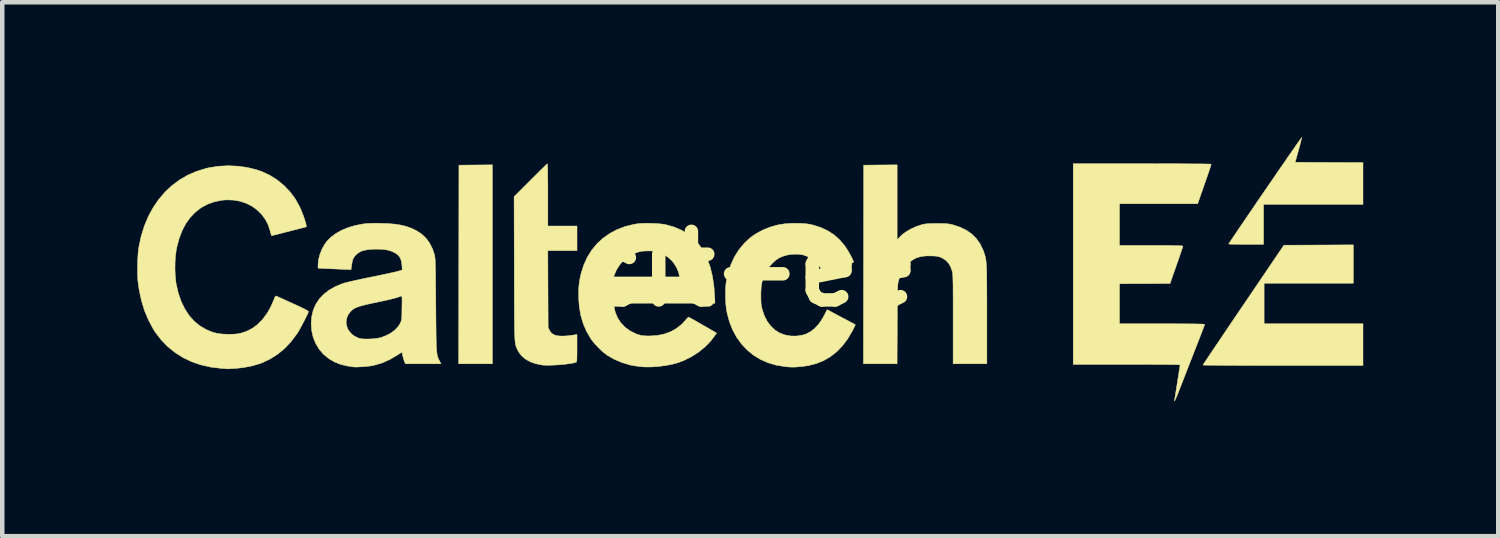
<source format=kicad_pcb>
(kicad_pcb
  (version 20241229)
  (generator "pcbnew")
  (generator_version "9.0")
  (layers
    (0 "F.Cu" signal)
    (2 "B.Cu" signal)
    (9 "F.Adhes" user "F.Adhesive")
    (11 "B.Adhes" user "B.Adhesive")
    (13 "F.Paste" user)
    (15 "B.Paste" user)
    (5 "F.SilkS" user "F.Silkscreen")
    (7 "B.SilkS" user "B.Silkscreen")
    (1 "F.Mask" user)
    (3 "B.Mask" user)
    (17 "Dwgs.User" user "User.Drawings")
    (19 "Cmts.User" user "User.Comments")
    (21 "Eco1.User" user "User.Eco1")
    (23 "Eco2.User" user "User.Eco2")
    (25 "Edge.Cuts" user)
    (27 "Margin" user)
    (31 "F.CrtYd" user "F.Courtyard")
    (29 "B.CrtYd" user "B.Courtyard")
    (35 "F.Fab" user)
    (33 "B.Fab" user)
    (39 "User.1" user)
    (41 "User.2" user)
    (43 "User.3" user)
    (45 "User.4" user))
  (footprint "cit-ee"
    (layer "F.Cu")
    (at 13.617 2.924)
    (property "Reference" "cit-ee" (at 0 0 0) (layer "F.SilkS") (effects (font (size 1.524 1.524) (thickness 0.3))))
    (attr through_hole)
    (fp_poly (pts (xy -5.728 2.108) (xy -6.477 2.108) (xy -6.471 -2.305) (xy -5.728 -2.312) (xy -5.728 2.108)) (stroke (width 0.01) (type solid)) (fill yes) (layer "F.SilkS"))
    (fp_poly (pts (xy 13.399 0.318) (xy 11.417 0.318) (xy 11.417 1.219) (xy 13.614 1.219) (xy 13.614 2.146) (xy 11.836 2.146) (xy 11.626 2.146) (xy 11.423 2.146) (xy 11.228 2.146) (xy 11.043 2.145) (xy 10.87 2.145) (xy 10.709 2.144) (xy 10.563 2.143) (xy 10.432 2.142) (xy 10.319 2.141) (xy 10.224 2.14) (xy 10.149 2.139) (xy 10.096 2.138) (xy 10.065 2.137) (xy 10.058 2.136) (xy 10.065 2.124) (xy 10.086 2.093) (xy 10.119 2.043) (xy 10.164 1.976) (xy 10.219 1.893) (xy 10.285 1.795) (xy 10.359 1.684) (xy 10.443 1.561) (xy 10.533 1.427) (xy 10.63 1.283) (xy 10.733 1.131) (xy 10.841 0.971) (xy 10.953 0.806) (xy 10.958 0.799) (xy 11.857 -0.527) (xy 12.628 -0.53) (xy 13.399 -0.534) (xy 13.399 0.318)) (stroke (width 0.01) (type solid)) (fill yes) (layer "F.SilkS"))
    (fp_poly (pts (xy 12.252 -2.919) (xy 12.25 -2.902) (xy 12.241 -2.865) (xy 12.228 -2.811) (xy 12.211 -2.743) (xy 12.19 -2.667) (xy 12.181 -2.635) (xy 12.107 -2.369) (xy 12.861 -2.365) (xy 13.614 -2.362) (xy 13.614 -1.435) (xy 11.405 -1.435) (xy 11.405 -0.546) (xy 11.017 -0.546) (xy 10.921 -0.546) (xy 10.833 -0.547) (xy 10.758 -0.548) (xy 10.697 -0.549) (xy 10.654 -0.551) (xy 10.632 -0.552) (xy 10.63 -0.553) (xy 10.637 -0.565) (xy 10.657 -0.596) (xy 10.689 -0.645) (xy 10.733 -0.71) (xy 10.786 -0.789) (xy 10.848 -0.881) (xy 10.918 -0.984) (xy 10.994 -1.096) (xy 11.076 -1.216) (xy 11.163 -1.343) (xy 11.252 -1.474) (xy 11.344 -1.609) (xy 11.437 -1.744) (xy 11.53 -1.88) (xy 11.623 -2.014) (xy 11.712 -2.145) (xy 11.799 -2.271) (xy 11.882 -2.39) (xy 11.958 -2.502) (xy 12.029 -2.603) (xy 12.092 -2.693) (xy 12.145 -2.771) (xy 12.19 -2.834) (xy 12.223 -2.88) (xy 12.244 -2.909) (xy 12.252 -2.919) (xy 12.252 -2.919)) (stroke (width 0.01) (type solid)) (fill yes) (layer "F.SilkS"))
    (fp_poly (pts (xy -4.504 -2.324) (xy -4.502 -2.289) (xy -4.5 -2.233) (xy -4.499 -2.158) (xy -4.498 -2.067) (xy -4.497 -1.963) (xy -4.496 -1.846) (xy -4.496 -1.721) (xy -4.496 -1.645) (xy -4.496 -0.953) (xy -3.848 -0.953) (xy -3.848 -0.406) (xy -4.172 -0.406) (xy -4.496 -0.406) (xy -4.493 0.448) (xy -4.489 1.302) (xy -4.46 1.362) (xy -4.429 1.41) (xy -4.387 1.447) (xy -4.333 1.473) (xy -4.265 1.488) (xy -4.179 1.493) (xy -4.075 1.488) (xy -3.951 1.473) (xy -3.896 1.465) (xy -3.848 1.457) (xy -3.848 1.763) (xy -3.848 1.859) (xy -3.849 1.933) (xy -3.85 1.988) (xy -3.852 2.026) (xy -3.855 2.051) (xy -3.859 2.065) (xy -3.865 2.073) (xy -3.87 2.075) (xy -3.936 2.092) (xy -4.02 2.106) (xy -4.119 2.119) (xy -4.225 2.129) (xy -4.333 2.136) (xy -4.436 2.14) (xy -4.53 2.141) (xy -4.607 2.137) (xy -4.633 2.134) (xy -4.771 2.105) (xy -4.892 2.061) (xy -4.996 2.002) (xy -5.08 1.93) (xy -5.144 1.845) (xy -5.16 1.816) (xy -5.171 1.793) (xy -5.181 1.773) (xy -5.19 1.754) (xy -5.198 1.734) (xy -5.205 1.713) (xy -5.212 1.688) (xy -5.217 1.66) (xy -5.222 1.625) (xy -5.226 1.583) (xy -5.229 1.533) (xy -5.232 1.472) (xy -5.234 1.4) (xy -5.236 1.315) (xy -5.237 1.216) (xy -5.239 1.102) (xy -5.239 0.97) (xy -5.24 0.82) (xy -5.241 0.651) (xy -5.241 0.46) (xy -5.242 0.247) (xy -5.242 0.009) (xy -5.242 -0.006) (xy -5.246 -1.606) (xy -4.88 -1.971) (xy -4.801 -2.05) (xy -4.727 -2.124) (xy -4.661 -2.189) (xy -4.604 -2.245) (xy -4.558 -2.289) (xy -4.525 -2.32) (xy -4.508 -2.335) (xy -4.505 -2.337) (xy -4.504 -2.324)) (stroke (width 0.01) (type solid)) (fill yes) (layer "F.SilkS"))
    (fp_poly (pts (xy 3.264 -0.643) (xy 3.309 -0.696) (xy 3.379 -0.764) (xy 3.468 -0.828) (xy 3.571 -0.888) (xy 3.683 -0.939) (xy 3.797 -0.978) (xy 3.804 -0.98) (xy 3.844 -0.99) (xy 3.883 -0.998) (xy 3.926 -1.003) (xy 3.978 -1.006) (xy 4.045 -1.008) (xy 4.13 -1.009) (xy 4.147 -1.009) (xy 4.235 -1.008) (xy 4.304 -1.007) (xy 4.358 -1.005) (xy 4.402 -1) (xy 4.443 -0.993) (xy 4.486 -0.984) (xy 4.502 -0.98) (xy 4.662 -0.927) (xy 4.803 -0.858) (xy 4.925 -0.773) (xy 5.027 -0.67) (xy 5.111 -0.551) (xy 5.176 -0.415) (xy 5.189 -0.379) (xy 5.2 -0.344) (xy 5.211 -0.312) (xy 5.22 -0.28) (xy 5.227 -0.247) (xy 5.234 -0.21) (xy 5.24 -0.169) (xy 5.244 -0.121) (xy 5.248 -0.065) (xy 5.251 0.002) (xy 5.253 0.08) (xy 5.255 0.173) (xy 5.256 0.281) (xy 5.257 0.406) (xy 5.257 0.551) (xy 5.258 0.716) (xy 5.258 0.904) (xy 5.258 1.018) (xy 5.258 2.108) (xy 4.508 2.108) (xy 4.508 1.12) (xy 4.508 0.935) (xy 4.508 0.772) (xy 4.508 0.632) (xy 4.507 0.512) (xy 4.507 0.411) (xy 4.506 0.326) (xy 4.504 0.256) (xy 4.503 0.2) (xy 4.501 0.154) (xy 4.498 0.119) (xy 4.495 0.092) (xy 4.492 0.071) (xy 4.489 0.057) (xy 4.454 -0.046) (xy 4.405 -0.129) (xy 4.342 -0.194) (xy 4.261 -0.244) (xy 4.25 -0.249) (xy 4.212 -0.265) (xy 4.177 -0.275) (xy 4.137 -0.282) (xy 4.085 -0.287) (xy 4.02 -0.289) (xy 3.893 -0.288) (xy 3.785 -0.273) (xy 3.69 -0.244) (xy 3.605 -0.198) (xy 3.524 -0.134) (xy 3.493 -0.103) (xy 3.421 -0.018) (xy 3.363 0.077) (xy 3.318 0.188) (xy 3.299 0.25) (xy 3.294 0.27) (xy 3.289 0.289) (xy 3.285 0.31) (xy 3.281 0.335) (xy 3.279 0.365) (xy 3.276 0.403) (xy 3.274 0.45) (xy 3.273 0.509) (xy 3.271 0.581) (xy 3.27 0.668) (xy 3.269 0.773) (xy 3.269 0.897) (xy 3.268 1.042) (xy 3.267 1.211) (xy 3.267 1.229) (xy 3.263 2.108) (xy 2.515 2.108) (xy 2.521 -2.305) (xy 3.264 -2.312) (xy 3.264 -0.643)) (stroke (width 0.01) (type solid)) (fill yes) (layer "F.SilkS"))
    (fp_poly (pts (xy 8.9 -2.337) (xy 9.088 -2.336) (xy 9.267 -2.336) (xy 9.436 -2.336) (xy 9.593 -2.335) (xy 9.737 -2.334) (xy 9.866 -2.333) (xy 9.978 -2.333) (xy 10.073 -2.332) (xy 10.148 -2.33) (xy 10.201 -2.329) (xy 10.232 -2.328) (xy 10.24 -2.327) (xy 10.237 -2.313) (xy 10.227 -2.278) (xy 10.211 -2.227) (xy 10.19 -2.162) (xy 10.164 -2.088) (xy 10.152 -2.051) (xy 10.12 -1.96) (xy 10.086 -1.864) (xy 10.054 -1.771) (xy 10.025 -1.688) (xy 10.001 -1.621) (xy 10 -1.616) (xy 9.941 -1.448) (xy 8.204 -1.448) (xy 8.204 -0.521) (xy 8.909 -0.521) (xy 9.067 -0.521) (xy 9.201 -0.52) (xy 9.312 -0.52) (xy 9.404 -0.519) (xy 9.476 -0.517) (xy 9.531 -0.516) (xy 9.571 -0.513) (xy 9.597 -0.511) (xy 9.61 -0.508) (xy 9.613 -0.505) (xy 9.609 -0.489) (xy 9.597 -0.453) (xy 9.579 -0.398) (xy 9.555 -0.329) (xy 9.527 -0.246) (xy 9.495 -0.155) (xy 9.47 -0.083) (xy 9.328 0.324) (xy 8.766 0.327) (xy 8.204 0.33) (xy 8.204 1.219) (xy 9.15 1.219) (xy 9.341 1.219) (xy 9.507 1.22) (xy 9.649 1.22) (xy 9.77 1.221) (xy 9.87 1.222) (xy 9.95 1.224) (xy 10.012 1.225) (xy 10.056 1.227) (xy 10.083 1.23) (xy 10.096 1.233) (xy 10.097 1.234) (xy 10.092 1.248) (xy 10.079 1.284) (xy 10.059 1.338) (xy 10.032 1.409) (xy 9.999 1.494) (xy 9.962 1.591) (xy 9.92 1.697) (xy 9.879 1.802) (xy 9.83 1.927) (xy 9.78 2.055) (xy 9.73 2.183) (xy 9.682 2.306) (xy 9.638 2.419) (xy 9.599 2.519) (xy 9.567 2.602) (xy 9.554 2.635) (xy 9.512 2.741) (xy 9.479 2.823) (xy 9.454 2.882) (xy 9.437 2.918) (xy 9.427 2.933) (xy 9.425 2.926) (xy 9.428 2.902) (xy 9.433 2.879) (xy 9.44 2.835) (xy 9.45 2.776) (xy 9.461 2.704) (xy 9.474 2.624) (xy 9.488 2.539) (xy 9.501 2.453) (xy 9.514 2.37) (xy 9.526 2.294) (xy 9.536 2.228) (xy 9.544 2.177) (xy 9.549 2.144) (xy 9.55 2.132) (xy 9.538 2.131) (xy 9.501 2.129) (xy 9.442 2.127) (xy 9.362 2.126) (xy 9.262 2.125) (xy 9.143 2.123) (xy 9.007 2.123) (xy 8.855 2.122) (xy 8.689 2.121) (xy 8.51 2.121) (xy 8.363 2.121) (xy 7.176 2.121) (xy 7.176 -2.337) (xy 8.705 -2.337) (xy 8.9 -2.337)) (stroke (width 0.01) (type solid)) (fill yes) (layer "F.SilkS"))
    (fp_poly (pts (xy -2.237 -1.013) (xy -2.137 -1.01) (xy -2.04 -1.004) (xy -1.954 -0.996) (xy -1.886 -0.985) (xy -1.88 -0.984) (xy -1.697 -0.933) (xy -1.532 -0.863) (xy -1.383 -0.773) (xy -1.251 -0.665) (xy -1.136 -0.538) (xy -1.037 -0.391) (xy -0.954 -0.225) (xy -0.888 -0.04) (xy -0.839 0.164) (xy -0.806 0.388) (xy -0.792 0.581) (xy -0.783 0.762) (xy -3.038 0.762) (xy -3.029 0.829) (xy -2.998 0.964) (xy -2.945 1.089) (xy -2.872 1.2) (xy -2.78 1.297) (xy -2.67 1.377) (xy -2.544 1.439) (xy -2.498 1.456) (xy -2.449 1.471) (xy -2.405 1.481) (xy -2.36 1.486) (xy -2.304 1.489) (xy -2.235 1.49) (xy -2.066 1.479) (xy -1.909 1.447) (xy -1.765 1.394) (xy -1.635 1.321) (xy -1.52 1.229) (xy -1.436 1.137) (xy -1.402 1.098) (xy -1.376 1.076) (xy -1.362 1.073) (xy -1.347 1.081) (xy -1.313 1.1) (xy -1.263 1.128) (xy -1.2 1.164) (xy -1.127 1.206) (xy -1.048 1.252) (xy -1.046 1.252) (xy -0.748 1.425) (xy -0.77 1.459) (xy -0.874 1.598) (xy -0.999 1.728) (xy -1.142 1.845) (xy -1.299 1.947) (xy -1.468 2.032) (xy -1.6 2.082) (xy -1.728 2.118) (xy -1.873 2.146) (xy -2.027 2.166) (xy -2.183 2.178) (xy -2.332 2.179) (xy -2.451 2.171) (xy -2.652 2.139) (xy -2.844 2.083) (xy -3.025 2.006) (xy -3.175 1.919) (xy -3.24 1.871) (xy -3.312 1.808) (xy -3.386 1.735) (xy -3.456 1.66) (xy -3.514 1.588) (xy -3.538 1.555) (xy -3.635 1.389) (xy -3.71 1.216) (xy -3.764 1.032) (xy -3.798 0.836) (xy -3.812 0.625) (xy -3.812 0.578) (xy -3.811 0.466) (xy -3.805 0.371) (xy -3.795 0.283) (xy -3.778 0.193) (xy -3.775 0.178) (xy -3.034 0.178) (xy -1.571 0.178) (xy -1.579 0.125) (xy -1.593 0.071) (xy -1.62 0.005) (xy -1.656 -0.064) (xy -1.698 -0.129) (xy -1.733 -0.174) (xy -1.817 -0.253) (xy -1.917 -0.32) (xy -2.024 -0.369) (xy -2.029 -0.37) (xy -2.072 -0.384) (xy -2.113 -0.393) (xy -2.16 -0.397) (xy -2.22 -0.399) (xy -2.267 -0.399) (xy -2.337 -0.398) (xy -2.389 -0.395) (xy -2.433 -0.388) (xy -2.476 -0.377) (xy -2.527 -0.361) (xy -2.528 -0.36) (xy -2.588 -0.337) (xy -2.649 -0.308) (xy -2.7 -0.28) (xy -2.708 -0.275) (xy -2.805 -0.197) (xy -2.892 -0.1) (xy -2.964 0.01) (xy -3.016 0.126) (xy -3.034 0.178) (xy -3.775 0.178) (xy -3.758 0.104) (xy -3.699 -0.084) (xy -3.62 -0.258) (xy -3.522 -0.416) (xy -3.405 -0.558) (xy -3.27 -0.682) (xy -3.12 -0.788) (xy -2.953 -0.876) (xy -2.773 -0.944) (xy -2.579 -0.991) (xy -2.493 -1.004) (xy -2.422 -1.011) (xy -2.335 -1.014) (xy -2.237 -1.013)) (stroke (width 0.01) (type solid)) (fill yes) (layer "F.SilkS"))
    (fp_poly (pts (xy 1.079 -1.012) (xy 1.174 -1.008) (xy 1.25 -1.002) (xy 1.315 -0.992) (xy 1.378 -0.979) (xy 1.398 -0.974) (xy 1.57 -0.919) (xy 1.723 -0.847) (xy 1.861 -0.758) (xy 1.983 -0.65) (xy 2.093 -0.522) (xy 2.124 -0.478) (xy 2.158 -0.425) (xy 2.193 -0.366) (xy 2.227 -0.306) (xy 2.256 -0.251) (xy 2.279 -0.203) (xy 2.293 -0.168) (xy 2.296 -0.151) (xy 2.285 -0.144) (xy 2.253 -0.128) (xy 2.206 -0.104) (xy 2.147 -0.075) (xy 2.079 -0.043) (xy 2.006 -0.008) (xy 1.932 0.027) (xy 1.86 0.061) (xy 1.793 0.092) (xy 1.736 0.119) (xy 1.692 0.138) (xy 1.664 0.15) (xy 1.657 0.152) (xy 1.65 0.142) (xy 1.636 0.113) (xy 1.616 0.073) (xy 1.608 0.056) (xy 1.545 -0.05) (xy 1.463 -0.144) (xy 1.367 -0.222) (xy 1.26 -0.281) (xy 1.174 -0.311) (xy 1.07 -0.327) (xy 0.955 -0.327) (xy 0.839 -0.312) (xy 0.728 -0.281) (xy 0.644 -0.245) (xy 0.568 -0.194) (xy 0.493 -0.126) (xy 0.423 -0.046) (xy 0.365 0.039) (xy 0.345 0.077) (xy 0.305 0.164) (xy 0.276 0.243) (xy 0.256 0.322) (xy 0.244 0.407) (xy 0.238 0.506) (xy 0.237 0.591) (xy 0.238 0.676) (xy 0.24 0.742) (xy 0.245 0.795) (xy 0.252 0.842) (xy 0.263 0.888) (xy 0.265 0.895) (xy 0.313 1.038) (xy 0.377 1.163) (xy 0.456 1.27) (xy 0.548 1.357) (xy 0.653 1.423) (xy 0.763 1.465) (xy 0.897 1.49) (xy 1.033 1.492) (xy 1.166 1.47) (xy 1.238 1.447) (xy 1.338 1.396) (xy 1.433 1.322) (xy 1.522 1.226) (xy 1.602 1.109) (xy 1.653 1.016) (xy 1.708 0.905) (xy 2.019 1.07) (xy 2.101 1.113) (xy 2.174 1.152) (xy 2.237 1.186) (xy 2.287 1.213) (xy 2.32 1.231) (xy 2.335 1.239) (xy 2.335 1.239) (xy 2.331 1.251) (xy 2.318 1.281) (xy 2.296 1.325) (xy 2.27 1.377) (xy 2.269 1.378) (xy 2.166 1.554) (xy 2.051 1.707) (xy 1.924 1.839) (xy 1.785 1.948) (xy 1.633 2.036) (xy 1.468 2.103) (xy 1.288 2.149) (xy 1.137 2.17) (xy 1.047 2.178) (xy 0.972 2.182) (xy 0.9 2.181) (xy 0.822 2.176) (xy 0.769 2.17) (xy 0.574 2.138) (xy 0.392 2.084) (xy 0.224 2.009) (xy 0.069 1.914) (xy -0.071 1.799) (xy -0.195 1.666) (xy -0.303 1.516) (xy -0.393 1.349) (xy -0.464 1.166) (xy -0.516 0.968) (xy -0.527 0.908) (xy -0.538 0.824) (xy -0.546 0.723) (xy -0.549 0.614) (xy -0.549 0.504) (xy -0.545 0.402) (xy -0.537 0.315) (xy -0.535 0.298) (xy -0.492 0.094) (xy -0.43 -0.095) (xy -0.349 -0.27) (xy -0.249 -0.428) (xy -0.131 -0.57) (xy -0.109 -0.592) (xy -0.026 -0.669) (xy 0.056 -0.734) (xy 0.146 -0.792) (xy 0.25 -0.848) (xy 0.286 -0.866) (xy 0.441 -0.929) (xy 0.602 -0.975) (xy 0.773 -1.003) (xy 0.957 -1.014) (xy 1.079 -1.012)) (stroke (width 0.01) (type solid)) (fill yes) (layer "F.SilkS"))
    (fp_poly (pts (xy -11.385 -2.283) (xy -11.176 -2.254) (xy -10.975 -2.205) (xy -10.843 -2.16) (xy -10.67 -2.079) (xy -10.507 -1.975) (xy -10.358 -1.853) (xy -10.224 -1.713) (xy -10.108 -1.557) (xy -10.016 -1.393) (xy -9.987 -1.331) (xy -9.958 -1.26) (xy -9.929 -1.185) (xy -9.903 -1.111) (xy -9.883 -1.046) (xy -9.869 -0.995) (xy -9.865 -0.972) (xy -9.862 -0.935) (xy -10.243 -0.836) (xy -10.337 -0.812) (xy -10.423 -0.79) (xy -10.499 -0.77) (xy -10.56 -0.755) (xy -10.604 -0.744) (xy -10.628 -0.738) (xy -10.632 -0.737) (xy -10.638 -0.748) (xy -10.648 -0.778) (xy -10.659 -0.821) (xy -10.661 -0.828) (xy -10.705 -0.969) (xy -10.77 -1.097) (xy -10.853 -1.211) (xy -10.954 -1.31) (xy -11.069 -1.393) (xy -11.198 -1.458) (xy -11.337 -1.504) (xy -11.485 -1.529) (xy -11.641 -1.534) (xy -11.741 -1.525) (xy -11.907 -1.491) (xy -12.061 -1.435) (xy -12.201 -1.359) (xy -12.328 -1.261) (xy -12.44 -1.144) (xy -12.538 -1.007) (xy -12.62 -0.851) (xy -12.687 -0.676) (xy -12.738 -0.483) (xy -12.752 -0.411) (xy -12.769 -0.281) (xy -12.778 -0.136) (xy -12.779 0.016) (xy -12.773 0.164) (xy -12.758 0.299) (xy -12.752 0.335) (xy -12.706 0.538) (xy -12.642 0.722) (xy -12.561 0.889) (xy -12.463 1.038) (xy -12.451 1.053) (xy -12.348 1.167) (xy -12.233 1.261) (xy -12.102 1.338) (xy -12.097 1.341) (xy -12.003 1.384) (xy -11.915 1.415) (xy -11.827 1.435) (xy -11.731 1.447) (xy -11.62 1.452) (xy -11.595 1.452) (xy -11.497 1.451) (xy -11.417 1.446) (xy -11.346 1.435) (xy -11.278 1.417) (xy -11.205 1.391) (xy -11.177 1.381) (xy -11.057 1.318) (xy -10.943 1.233) (xy -10.838 1.127) (xy -10.742 1.001) (xy -10.659 0.858) (xy -10.588 0.698) (xy -10.579 0.676) (xy -10.562 0.632) (xy -10.548 0.608) (xy -10.534 0.602) (xy -10.53 0.603) (xy -10.513 0.61) (xy -10.477 0.626) (xy -10.424 0.65) (xy -10.356 0.681) (xy -10.278 0.717) (xy -10.191 0.756) (xy -10.158 0.771) (xy -10.054 0.819) (xy -9.971 0.858) (xy -9.908 0.889) (xy -9.863 0.913) (xy -9.833 0.931) (xy -9.817 0.943) (xy -9.814 0.951) (xy -9.814 0.952) (xy -9.828 0.989) (xy -9.853 1.042) (xy -9.885 1.107) (xy -9.922 1.179) (xy -9.961 1.253) (xy -9.999 1.323) (xy -10.034 1.385) (xy -10.063 1.432) (xy -10.069 1.441) (xy -10.198 1.613) (xy -10.34 1.764) (xy -10.495 1.893) (xy -10.661 1.999) (xy -10.84 2.084) (xy -10.897 2.106) (xy -11.075 2.157) (xy -11.266 2.193) (xy -11.426 2.21) (xy -11.491 2.214) (xy -11.547 2.218) (xy -11.589 2.22) (xy -11.612 2.221) (xy -11.614 2.221) (xy -11.631 2.219) (xy -11.668 2.216) (xy -11.719 2.212) (xy -11.762 2.209) (xy -11.99 2.181) (xy -12.207 2.132) (xy -12.411 2.061) (xy -12.602 1.97) (xy -12.778 1.858) (xy -12.94 1.727) (xy -13.086 1.577) (xy -13.215 1.409) (xy -13.259 1.34) (xy -13.366 1.142) (xy -13.456 0.928) (xy -13.526 0.699) (xy -13.577 0.457) (xy -13.603 0.268) (xy -13.609 0.185) (xy -13.612 0.085) (xy -13.612 -0.025) (xy -13.61 -0.14) (xy -13.605 -0.252) (xy -13.598 -0.356) (xy -13.589 -0.444) (xy -13.583 -0.483) (xy -13.532 -0.724) (xy -13.461 -0.952) (xy -13.372 -1.165) (xy -13.265 -1.362) (xy -13.141 -1.543) (xy -13.002 -1.706) (xy -12.847 -1.852) (xy -12.677 -1.978) (xy -12.494 -2.084) (xy -12.297 -2.169) (xy -12.089 -2.233) (xy -12.02 -2.249) (xy -11.812 -2.281) (xy -11.599 -2.292) (xy -11.385 -2.283)) (stroke (width 0.01) (type solid)) (fill yes) (layer "F.SilkS"))
    (fp_poly (pts (xy -8.18 -1.012) (xy -8.026 -1.006) (xy -7.893 -0.994) (xy -7.776 -0.976) (xy -7.67 -0.952) (xy -7.572 -0.92) (xy -7.475 -0.879) (xy -7.425 -0.854) (xy -7.307 -0.78) (xy -7.207 -0.687) (xy -7.124 -0.576) (xy -7.059 -0.447) (xy -7.02 -0.334) (xy -7.015 -0.315) (xy -7.011 -0.297) (xy -7.007 -0.277) (xy -7.004 -0.253) (xy -7.001 -0.224) (xy -6.998 -0.187) (xy -6.996 -0.142) (xy -6.995 -0.086) (xy -6.993 -0.018) (xy -6.992 0.065) (xy -6.99 0.164) (xy -6.989 0.281) (xy -6.988 0.417) (xy -6.986 0.575) (xy -6.985 0.757) (xy -6.985 0.794) (xy -6.983 0.986) (xy -6.982 1.155) (xy -6.98 1.303) (xy -6.979 1.43) (xy -6.977 1.539) (xy -6.975 1.631) (xy -6.972 1.709) (xy -6.969 1.773) (xy -6.965 1.826) (xy -6.96 1.87) (xy -6.954 1.907) (xy -6.948 1.937) (xy -6.94 1.963) (xy -6.93 1.987) (xy -6.92 2.011) (xy -6.907 2.035) (xy -6.902 2.045) (xy -6.87 2.108) (xy -7.657 2.108) (xy -7.678 2.069) (xy -7.689 2.04) (xy -7.702 1.996) (xy -7.716 1.945) (xy -7.727 1.897) (xy -7.733 1.861) (xy -7.734 1.852) (xy -7.744 1.855) (xy -7.77 1.87) (xy -7.808 1.894) (xy -7.838 1.914) (xy -8.01 2.015) (xy -8.186 2.092) (xy -8.367 2.144) (xy -8.405 2.151) (xy -8.458 2.159) (xy -8.524 2.167) (xy -8.596 2.173) (xy -8.669 2.177) (xy -8.737 2.18) (xy -8.791 2.18) (xy -8.826 2.177) (xy -8.855 2.172) (xy -8.899 2.165) (xy -8.947 2.158) (xy -9.103 2.121) (xy -9.245 2.063) (xy -9.373 1.986) (xy -9.484 1.892) (xy -9.578 1.782) (xy -9.653 1.657) (xy -9.709 1.52) (xy -9.742 1.371) (xy -9.754 1.218) (xy -9.751 1.181) (xy -8.977 1.181) (xy -8.967 1.262) (xy -8.937 1.34) (xy -8.889 1.411) (xy -8.825 1.472) (xy -8.743 1.52) (xy -8.675 1.546) (xy -8.623 1.554) (xy -8.554 1.558) (xy -8.474 1.558) (xy -8.39 1.553) (xy -8.308 1.545) (xy -8.237 1.533) (xy -8.206 1.525) (xy -8.085 1.48) (xy -7.977 1.422) (xy -7.885 1.351) (xy -7.813 1.271) (xy -7.776 1.208) (xy -7.764 1.183) (xy -7.755 1.161) (xy -7.749 1.137) (xy -7.744 1.108) (xy -7.741 1.068) (xy -7.739 1.014) (xy -7.738 0.942) (xy -7.737 0.865) (xy -7.735 0.776) (xy -7.735 0.708) (xy -7.735 0.66) (xy -7.737 0.629) (xy -7.74 0.61) (xy -7.744 0.602) (xy -7.751 0.601) (xy -7.756 0.603) (xy -7.802 0.621) (xy -7.853 0.638) (xy -7.912 0.654) (xy -7.982 0.672) (xy -8.068 0.692) (xy -8.172 0.715) (xy -8.249 0.731) (xy -8.38 0.759) (xy -8.489 0.783) (xy -8.578 0.804) (xy -8.651 0.824) (xy -8.709 0.842) (xy -8.755 0.86) (xy -8.793 0.878) (xy -8.825 0.899) (xy -8.853 0.922) (xy -8.88 0.948) (xy -8.934 1.021) (xy -8.966 1.1) (xy -8.977 1.181) (xy -9.751 1.181) (xy -9.742 1.063) (xy -9.709 0.92) (xy -9.653 0.789) (xy -9.575 0.67) (xy -9.475 0.564) (xy -9.354 0.47) (xy -9.21 0.389) (xy -9.068 0.33) (xy -9.029 0.317) (xy -8.967 0.301) (xy -8.886 0.282) (xy -8.787 0.259) (xy -8.673 0.234) (xy -8.547 0.207) (xy -8.435 0.184) (xy -8.318 0.161) (xy -8.207 0.137) (xy -8.103 0.115) (xy -8.01 0.095) (xy -7.931 0.078) (xy -7.87 0.064) (xy -7.829 0.053) (xy -7.818 0.05) (xy -7.731 0.023) (xy -7.737 -0.082) (xy -7.749 -0.172) (xy -7.776 -0.246) (xy -7.821 -0.305) (xy -7.887 -0.354) (xy -7.974 -0.394) (xy -7.975 -0.395) (xy -8.057 -0.418) (xy -8.156 -0.433) (xy -8.265 -0.439) (xy -8.377 -0.438) (xy -8.484 -0.429) (xy -8.58 -0.412) (xy -8.638 -0.394) (xy -8.71 -0.355) (xy -8.773 -0.299) (xy -8.819 -0.232) (xy -8.831 -0.199) (xy -8.843 -0.151) (xy -8.853 -0.097) (xy -8.854 -0.087) (xy -8.869 0.016) (xy -9.073 0.008) (xy -9.16 0.004) (xy -9.254 0.000346) (xy -9.346 -0.004) (xy -9.424 -0.007) (xy -9.439 -0.008) (xy -9.601 -0.016) (xy -9.601 -0.095) (xy -9.591 -0.204) (xy -9.561 -0.32) (xy -9.515 -0.435) (xy -9.456 -0.543) (xy -9.406 -0.612) (xy -9.316 -0.704) (xy -9.205 -0.787) (xy -9.075 -0.859) (xy -8.93 -0.919) (xy -8.771 -0.966) (xy -8.603 -0.998) (xy -8.554 -1.005) (xy -8.481 -1.01) (xy -8.388 -1.014) (xy -8.279 -1.014) (xy -8.18 -1.012)) (stroke (width 0.01) (type solid)) (fill yes) (layer "F.SilkS")))
  (gr_rect
    (start -3 -3)
    (end 30.236 8.862)
    (stroke (width 0.1) (type default))
    (fill no)
    (layer "Edge.Cuts")))
</source>
